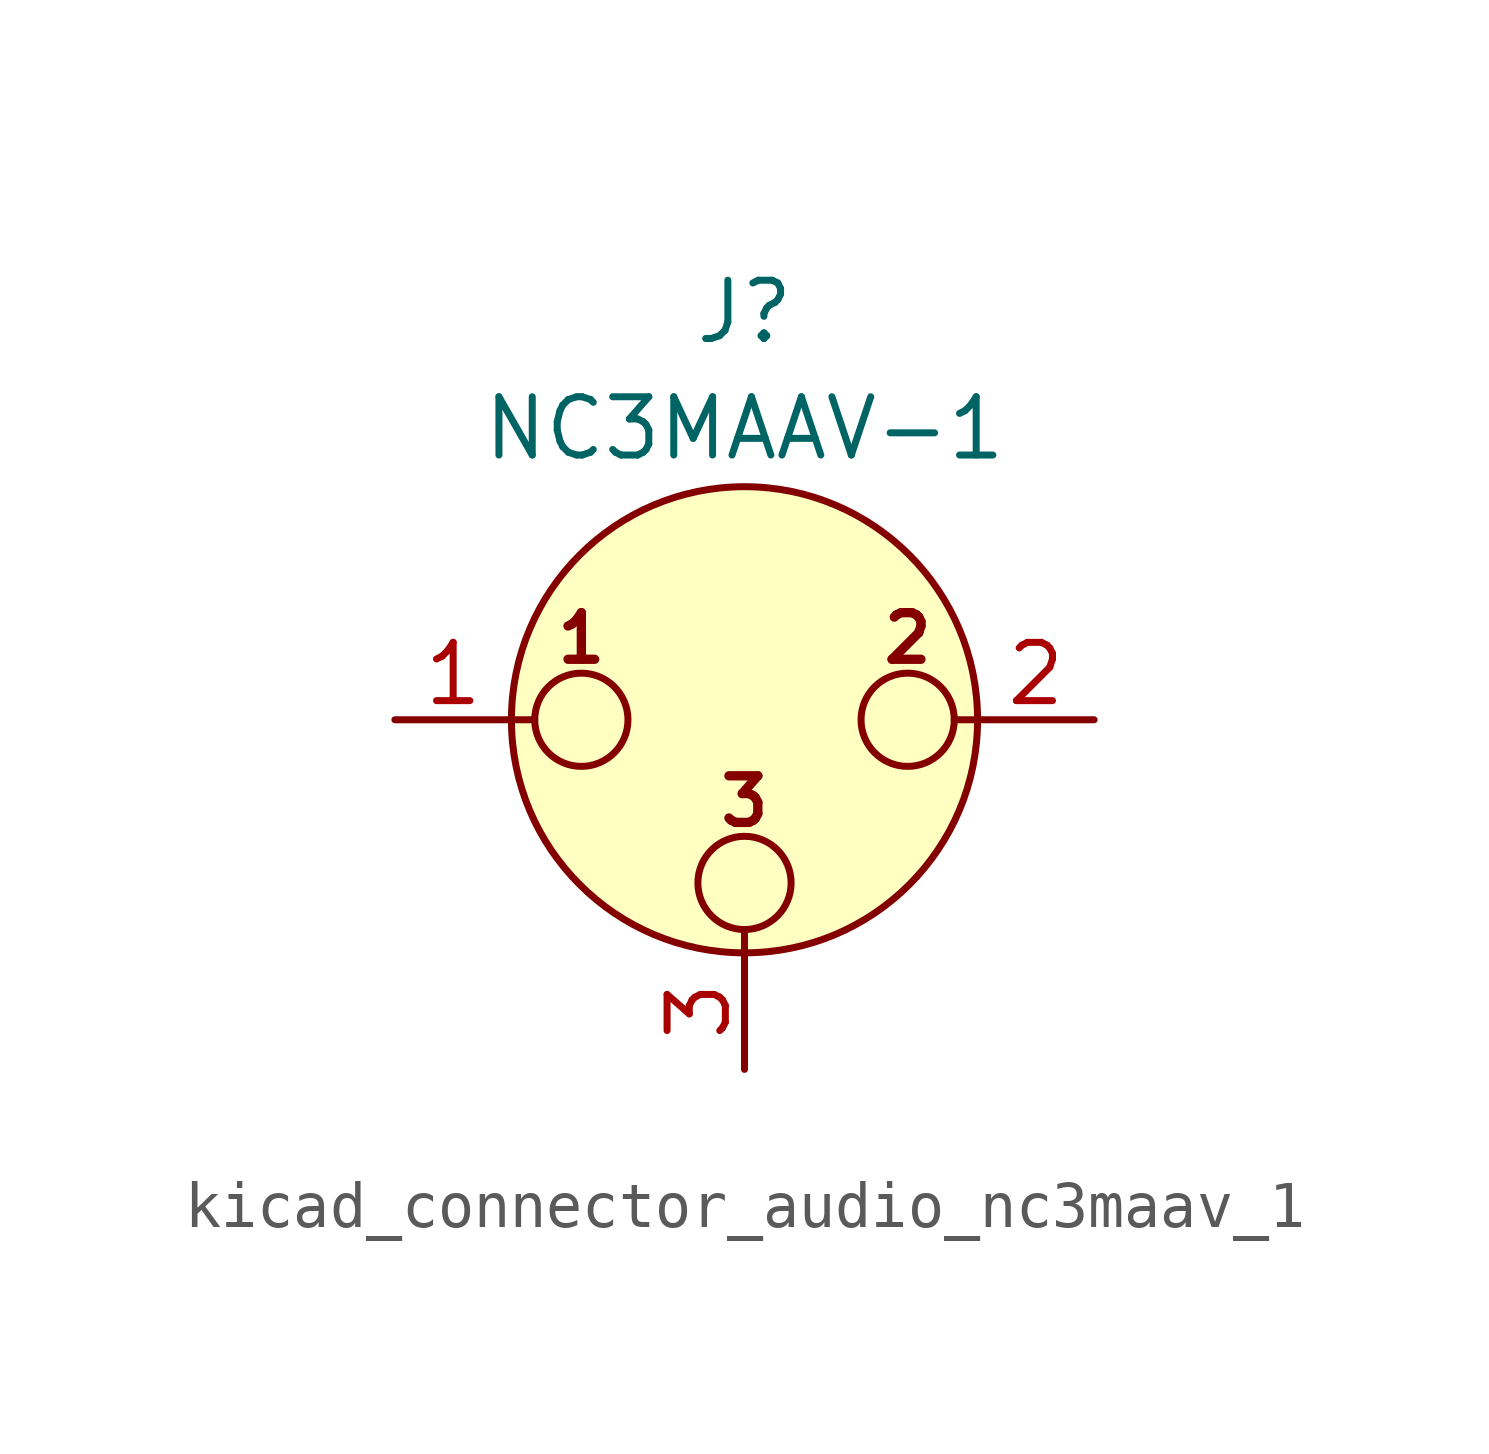
<source format=kicad_sym>
(kicad_symbol_lib
  (version 20220914)
  (generator kicad_symbol_editor)
  (symbol "kicad_connector_audio_nc3maav_1"
    (pin_names hide)
    (property "Reference" "J"
      (at 0 8.89 0)
      (effects (font (size 1.27 1.27))))
    (property "Value" "NC3MAAV-1"
      (at 0 6.35 0)
      (effects (font (size 1.27 1.27))))
    (symbol "kicad_connector_audio_nc3maav_1_0_1"
      (circle (center -3.556 0) (radius 1.016) (stroke (width 0) (type default)) (fill (type none)))
      (circle (center 0 -3.556) (radius 1.016) (stroke (width 0) (type default)) (fill (type none)))
      (polyline (pts (xy -5.08 0) (xy -4.572 0)) (stroke (width 0) (type default)) (fill (type none)))
      (polyline (pts (xy 0 -5.08) (xy 0 -4.572)) (stroke (width 0) (type default)) (fill (type none)))
      (polyline (pts (xy 5.08 0) (xy 4.572 0)) (stroke (width 0) (type default)) (fill (type none)))
      (circle (center 0 0) (radius 5.08) (stroke (width 0) (type default)) (fill (type background)))
      (circle (center 3.556 0) (radius 1.016) (stroke (width 0) (type default)) (fill (type none)))
      (text "1" (at -3.556 1.778 0) (effects (font (size 1.016 1.016) bold)))
      (text "2" (at 3.556 1.778 0) (effects (font (size 1.016 1.016) bold)))
      (text "3" (at 0 -1.778 0) (effects (font (size 1.016 1.016) bold)))
      (pin passive line (at -7.62 0 0) (length 2.54) (name "~" (effects (font (size 1.27 1.27)))) (number "1" (effects (font (size 1.27 1.27)))))
      (pin passive line (at 7.62 0 180) (length 2.54) (name "~" (effects (font (size 1.27 1.27)))) (number "2" (effects (font (size 1.27 1.27)))))
      (pin passive line (at 0 -7.62 90) (length 2.54) (name "~" (effects (font (size 1.27 1.27)))) (number "3" (effects (font (size 1.27 1.27))))))))
</source>
